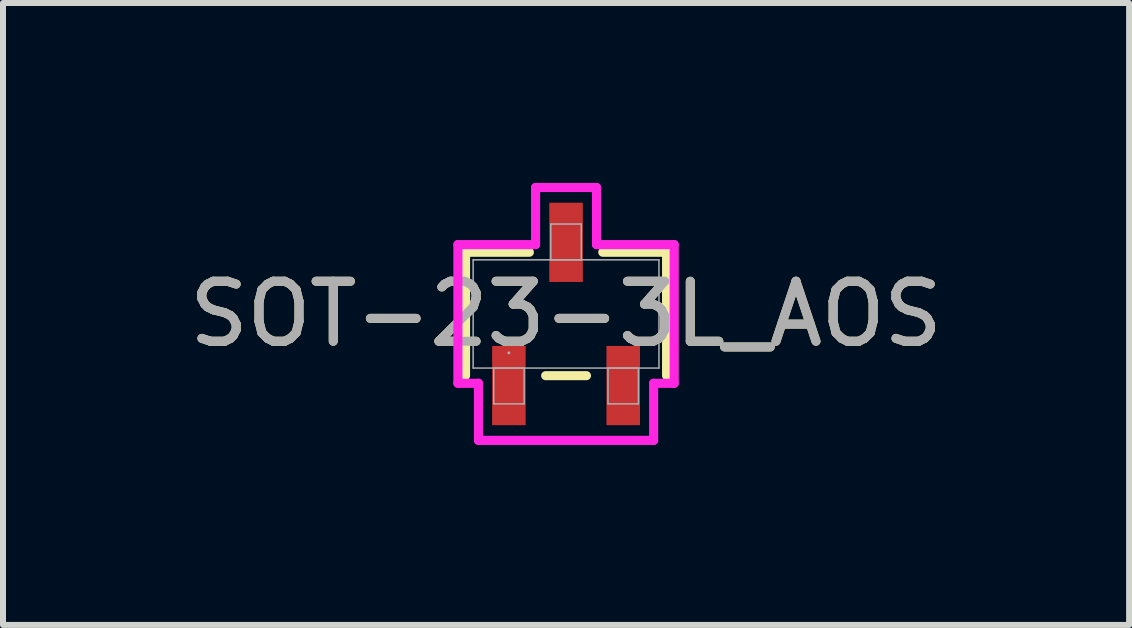
<source format=kicad_pcb>
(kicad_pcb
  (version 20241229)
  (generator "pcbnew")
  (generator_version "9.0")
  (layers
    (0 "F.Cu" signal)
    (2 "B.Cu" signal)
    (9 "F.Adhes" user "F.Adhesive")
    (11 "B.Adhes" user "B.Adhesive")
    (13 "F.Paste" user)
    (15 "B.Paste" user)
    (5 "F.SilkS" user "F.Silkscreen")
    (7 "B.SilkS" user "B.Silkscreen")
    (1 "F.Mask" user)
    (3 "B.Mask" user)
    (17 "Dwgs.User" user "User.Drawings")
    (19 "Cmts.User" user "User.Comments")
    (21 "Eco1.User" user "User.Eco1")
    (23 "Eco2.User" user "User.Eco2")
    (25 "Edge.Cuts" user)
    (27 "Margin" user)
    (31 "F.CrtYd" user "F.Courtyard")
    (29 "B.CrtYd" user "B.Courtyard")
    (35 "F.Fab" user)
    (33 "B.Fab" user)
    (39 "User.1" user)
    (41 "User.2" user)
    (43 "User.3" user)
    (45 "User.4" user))
  (footprint "SOT-23-3L_AOS"
    (layer "F.Cu")
    (at 6.387 2.184)
    (property "Reference" "SOT-23-3L_AOS" (at 0 0 0) (unlocked yes) (layer "F.SilkS") (effects (font (size 1 1) (thickness 0.15))))
    (attr smd)
    (fp_line (start -1.676 -1.029) (end -1.676 1.029) (stroke (width 0.152) (type solid)) (layer "F.SilkS"))
    (fp_line (start -0.612 -1.029) (end -1.676 -1.029) (stroke (width 0.152) (type solid)) (layer "F.SilkS"))
    (fp_line (start -0.34 1.029) (end 0.34 1.029) (stroke (width 0.152) (type solid)) (layer "F.SilkS"))
    (fp_line (start 1.676 -1.029) (end 0.612 -1.029) (stroke (width 0.152) (type solid)) (layer "F.SilkS"))
    (fp_line (start 1.676 1.029) (end 1.676 -1.029) (stroke (width 0.152) (type solid)) (layer "F.SilkS"))
    (fp_line (start -1.803 -1.156) (end -0.508 -1.156) (stroke (width 0.152) (type solid)) (layer "F.CrtYd"))
    (fp_line (start -1.803 1.156) (end -1.803 -1.156) (stroke (width 0.152) (type solid)) (layer "F.CrtYd"))
    (fp_line (start -1.803 1.156) (end -1.46 1.156) (stroke (width 0.152) (type solid)) (layer "F.CrtYd"))
    (fp_line (start -1.46 1.156) (end -1.46 2.108) (stroke (width 0.152) (type solid)) (layer "F.CrtYd"))
    (fp_line (start -1.46 2.108) (end 1.46 2.108) (stroke (width 0.152) (type solid)) (layer "F.CrtYd"))
    (fp_line (start -0.508 -2.108) (end 0.508 -2.108) (stroke (width 0.152) (type solid)) (layer "F.CrtYd"))
    (fp_line (start -0.508 -1.156) (end -0.508 -2.108) (stroke (width 0.152) (type solid)) (layer "F.CrtYd"))
    (fp_line (start 0.508 -1.156) (end 0.508 -2.108) (stroke (width 0.152) (type solid)) (layer "F.CrtYd"))
    (fp_line (start 1.46 1.156) (end 1.46 2.108) (stroke (width 0.152) (type solid)) (layer "F.CrtYd"))
    (fp_line (start 1.803 -1.156) (end 0.508 -1.156) (stroke (width 0.152) (type solid)) (layer "F.CrtYd"))
    (fp_line (start 1.803 -1.156) (end 1.803 1.156) (stroke (width 0.152) (type solid)) (layer "F.CrtYd"))
    (fp_line (start 1.803 1.156) (end 1.46 1.156) (stroke (width 0.152) (type solid)) (layer "F.CrtYd"))
    (fp_line (start -1.549 -0.902) (end -1.549 0.902) (stroke (width 0.025) (type solid)) (layer "F.Fab"))
    (fp_line (start -1.549 0.902) (end 1.549 0.902) (stroke (width 0.025) (type solid)) (layer "F.Fab"))
    (fp_line (start -1.206 0.902) (end -1.206 1.499) (stroke (width 0.025) (type solid)) (layer "F.Fab"))
    (fp_line (start -1.206 1.499) (end -0.699 1.499) (stroke (width 0.025) (type solid)) (layer "F.Fab"))
    (fp_line (start -0.699 0.902) (end -1.206 0.902) (stroke (width 0.025) (type solid)) (layer "F.Fab"))
    (fp_line (start -0.699 1.499) (end -0.699 0.902) (stroke (width 0.025) (type solid)) (layer "F.Fab"))
    (fp_line (start -0.254 -1.499) (end -0.254 -0.902) (stroke (width 0.025) (type solid)) (layer "F.Fab"))
    (fp_line (start -0.254 -0.902) (end 0.254 -0.902) (stroke (width 0.025) (type solid)) (layer "F.Fab"))
    (fp_line (start 0.254 -1.499) (end -0.254 -1.499) (stroke (width 0.025) (type solid)) (layer "F.Fab"))
    (fp_line (start 0.254 -0.902) (end 0.254 -1.499) (stroke (width 0.025) (type solid)) (layer "F.Fab"))
    (fp_line (start 0.699 0.902) (end 0.699 1.499) (stroke (width 0.025) (type solid)) (layer "F.Fab"))
    (fp_line (start 0.699 1.499) (end 1.206 1.499) (stroke (width 0.025) (type solid)) (layer "F.Fab"))
    (fp_line (start 1.206 0.902) (end 0.699 0.902) (stroke (width 0.025) (type solid)) (layer "F.Fab"))
    (fp_line (start 1.206 1.499) (end 1.206 0.902) (stroke (width 0.025) (type solid)) (layer "F.Fab"))
    (fp_line (start 1.549 -0.902) (end -1.549 -0.902) (stroke (width 0.025) (type solid)) (layer "F.Fab"))
    (fp_line (start 1.549 0.902) (end 1.549 -0.902) (stroke (width 0.025) (type solid)) (layer "F.Fab"))
    (fp_circle (center -0.953 0.648) (end -0.953 0.648) (stroke (width 0.025) (type solid)) (fill no) (layer "F.Fab"))
    (fp_text user "${REFERENCE}" (at 0 0 0) (unlocked yes) (layer "F.Fab") (effects (font (size 1 1) (thickness 0.15))))
    (pad "1" smd rect (at -0.953 1.194) (size 0.559 1.321) (layers "F.Cu" "F.Mask" "F.Paste"))
    (pad "2" smd rect (at 0.953 1.194) (size 0.559 1.321) (layers "F.Cu" "F.Mask" "F.Paste"))
    (pad "3" smd rect (at 0 -1.194) (size 0.559 1.321) (layers "F.Cu" "F.Mask" "F.Paste")))
  (gr_rect
    (start -3 -3)
    (end 15.774 7.369)
    (stroke (width 0.1) (type default))
    (fill no)
    (layer "Edge.Cuts")))
</source>
